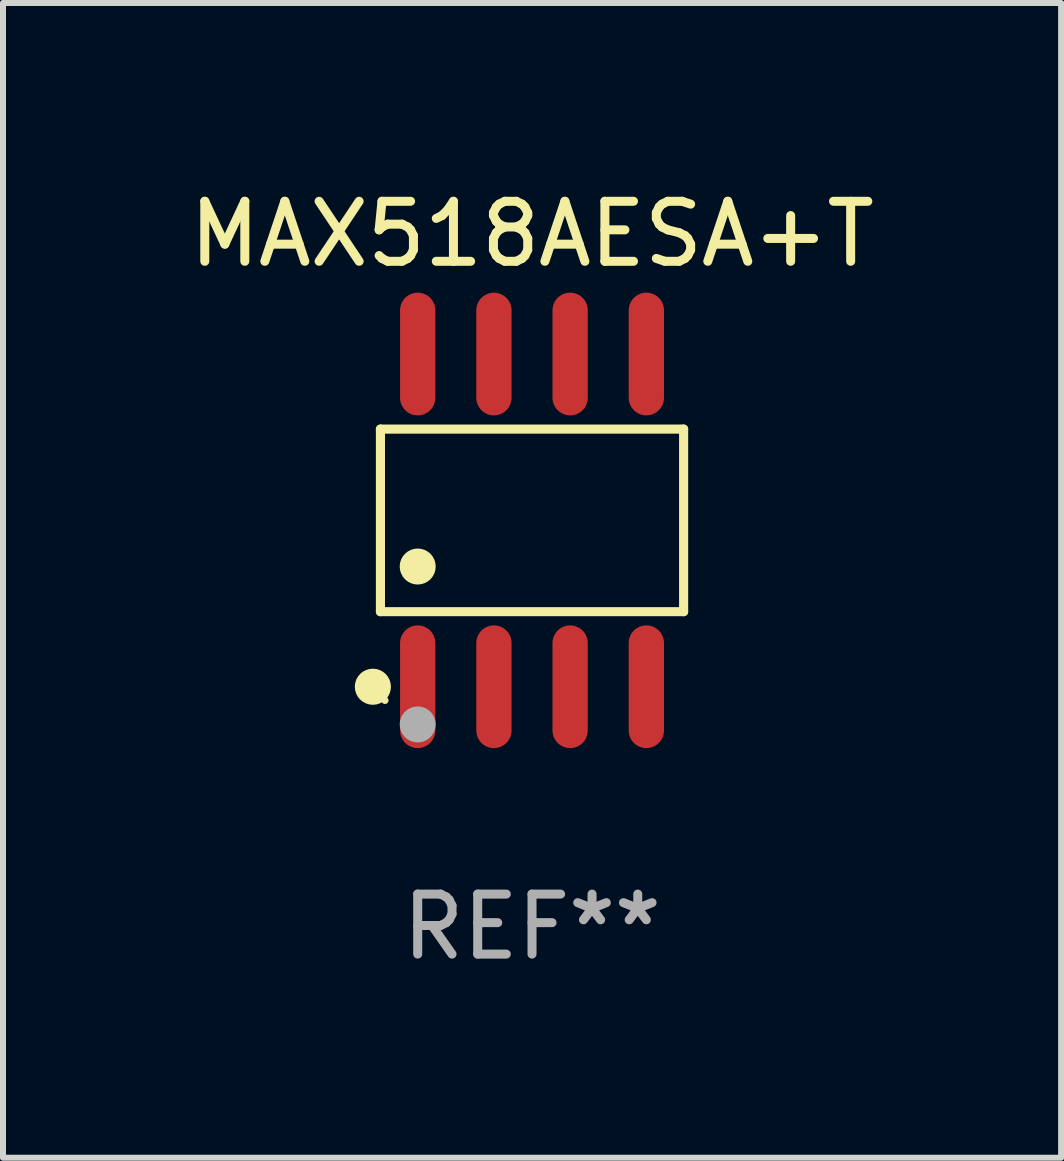
<source format=kicad_pcb>
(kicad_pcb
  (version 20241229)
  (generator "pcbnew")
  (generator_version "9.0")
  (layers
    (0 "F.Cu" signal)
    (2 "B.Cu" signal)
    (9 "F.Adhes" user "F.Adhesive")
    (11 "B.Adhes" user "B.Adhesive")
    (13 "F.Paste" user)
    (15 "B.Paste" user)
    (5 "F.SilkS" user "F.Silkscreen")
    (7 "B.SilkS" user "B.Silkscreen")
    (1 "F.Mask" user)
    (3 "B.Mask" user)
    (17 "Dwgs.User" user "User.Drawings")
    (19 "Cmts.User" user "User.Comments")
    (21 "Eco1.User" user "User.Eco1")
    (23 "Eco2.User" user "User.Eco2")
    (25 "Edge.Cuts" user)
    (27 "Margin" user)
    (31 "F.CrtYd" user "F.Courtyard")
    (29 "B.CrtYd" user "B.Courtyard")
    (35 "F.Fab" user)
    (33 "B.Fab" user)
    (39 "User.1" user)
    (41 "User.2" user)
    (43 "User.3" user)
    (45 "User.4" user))
  (footprint "MAX518AESA+T"
    (layer "F.Cu")
    (at 5.815 5.621)
    (property "Reference" "MAX518AESA+T" (at 0 -4.772 0) (layer "F.SilkS") (effects (font (size 1 1) (thickness 0.15))))
    (attr through_hole)
    (fp_line (start -2.526 -1.521) (end 2.526 -1.521) (stroke (width 0.152) (type solid)) (layer "F.SilkS"))
    (fp_line (start -2.526 1.521) (end -2.526 -1.521) (stroke (width 0.152) (type solid)) (layer "F.SilkS"))
    (fp_line (start 2.526 -1.521) (end 2.526 1.521) (stroke (width 0.152) (type solid)) (layer "F.SilkS"))
    (fp_line (start 2.526 1.521) (end -2.526 1.521) (stroke (width 0.152) (type solid)) (layer "F.SilkS"))
    (fp_circle (center -2.652 2.772) (end -2.501 2.772) (stroke (width 0.3) (type solid)) (fill no) (layer "F.SilkS"))
    (fp_circle (center -2.45 3) (end -2.42 3) (stroke (width 0.06) (type solid)) (fill no) (layer "F.SilkS"))
    (fp_circle (center -1.905 0.769) (end -1.755 0.769) (stroke (width 0.3) (type solid)) (fill no) (layer "F.SilkS"))
    (fp_circle (center -1.905 3.4) (end -1.755 3.4) (stroke (width 0.3) (type solid)) (fill no) (layer "F.Fab"))
    (fp_text user "REF**" (at 0 6.772 0) (layer "F.Fab") (effects (font (size 1 1) (thickness 0.15))))
    (pad "1" smd oval (at -1.905 2.772) (size 0.588 2.045) (layers "F.Cu" "F.Mask" "F.Paste"))
    (pad "2" smd oval (at -0.635 2.772) (size 0.588 2.045) (layers "F.Cu" "F.Mask" "F.Paste"))
    (pad "3" smd oval (at 0.635 2.772) (size 0.588 2.045) (layers "F.Cu" "F.Mask" "F.Paste"))
    (pad "4" smd oval (at 1.905 2.772) (size 0.588 2.045) (layers "F.Cu" "F.Mask" "F.Paste"))
    (pad "5" smd oval (at 1.905 -2.772) (size 0.588 2.045) (layers "F.Cu" "F.Mask" "F.Paste"))
    (pad "6" smd oval (at 0.635 -2.772) (size 0.588 2.045) (layers "F.Cu" "F.Mask" "F.Paste"))
    (pad "7" smd oval (at -0.635 -2.772) (size 0.588 2.045) (layers "F.Cu" "F.Mask" "F.Paste"))
    (pad "8" smd oval (at -1.905 -2.772) (size 0.588 2.045) (layers "F.Cu" "F.Mask" "F.Paste")))
  (gr_rect
    (start -3 -3)
    (end 14.631 16.241)
    (stroke (width 0.1) (type default))
    (fill no)
    (layer "Edge.Cuts")))
</source>
